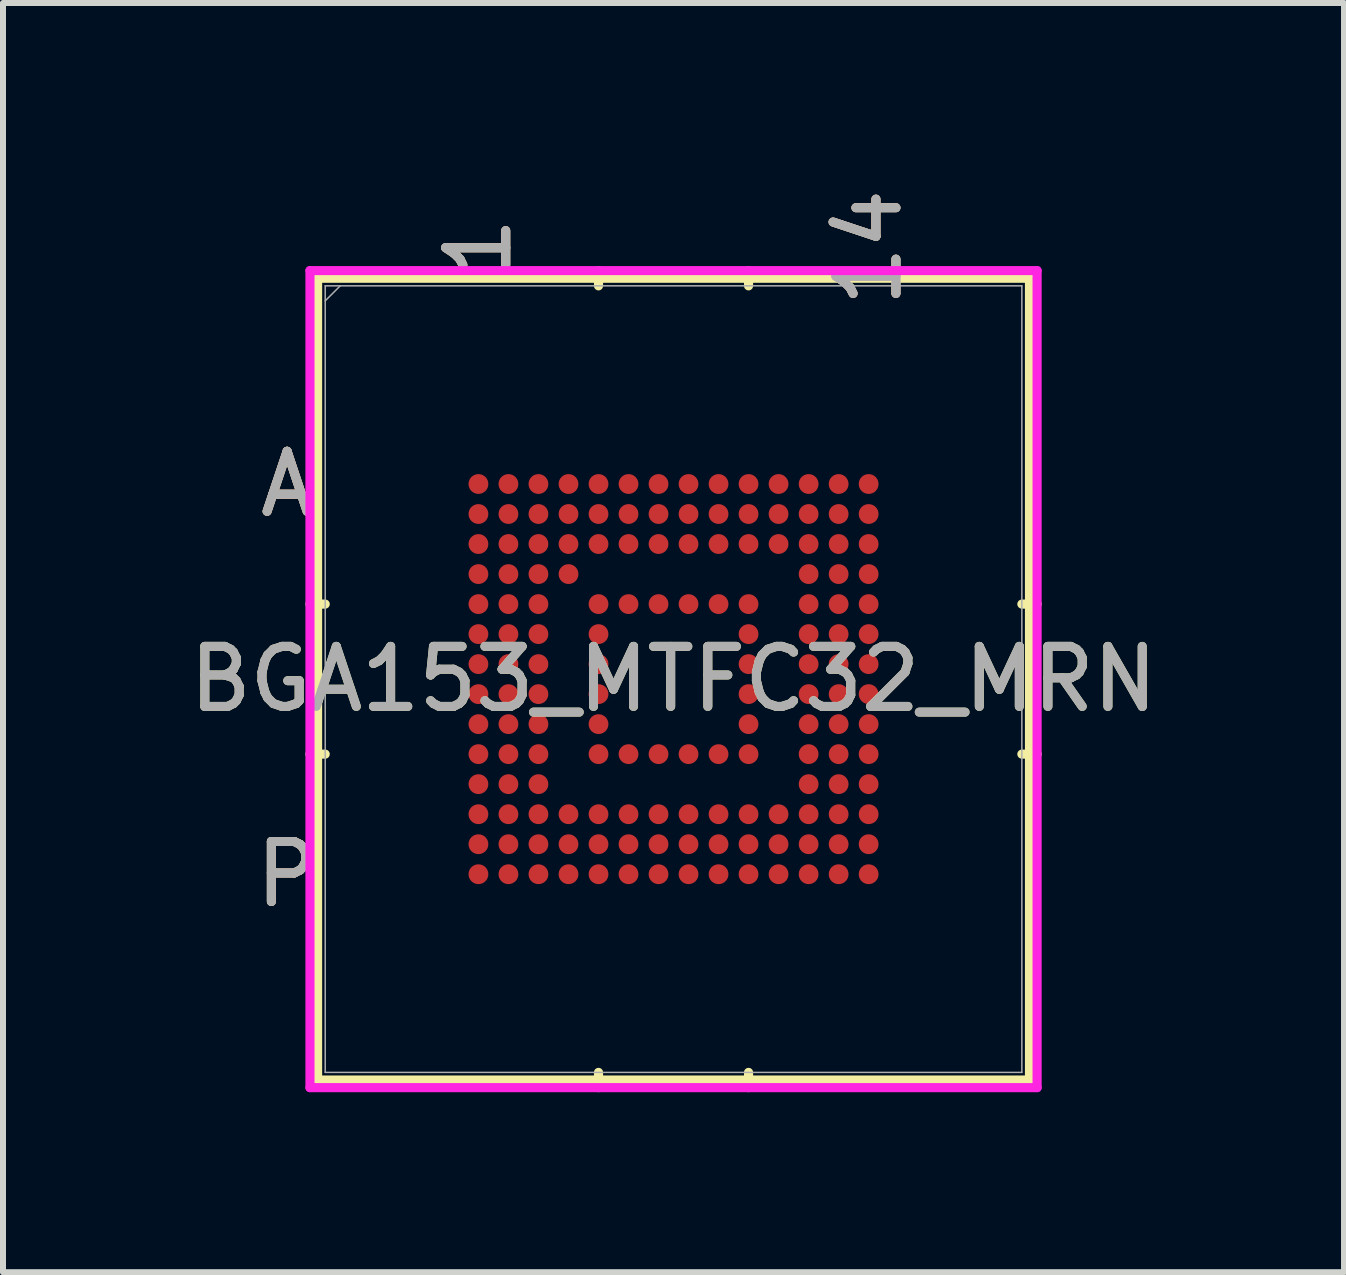
<source format=kicad_pcb>
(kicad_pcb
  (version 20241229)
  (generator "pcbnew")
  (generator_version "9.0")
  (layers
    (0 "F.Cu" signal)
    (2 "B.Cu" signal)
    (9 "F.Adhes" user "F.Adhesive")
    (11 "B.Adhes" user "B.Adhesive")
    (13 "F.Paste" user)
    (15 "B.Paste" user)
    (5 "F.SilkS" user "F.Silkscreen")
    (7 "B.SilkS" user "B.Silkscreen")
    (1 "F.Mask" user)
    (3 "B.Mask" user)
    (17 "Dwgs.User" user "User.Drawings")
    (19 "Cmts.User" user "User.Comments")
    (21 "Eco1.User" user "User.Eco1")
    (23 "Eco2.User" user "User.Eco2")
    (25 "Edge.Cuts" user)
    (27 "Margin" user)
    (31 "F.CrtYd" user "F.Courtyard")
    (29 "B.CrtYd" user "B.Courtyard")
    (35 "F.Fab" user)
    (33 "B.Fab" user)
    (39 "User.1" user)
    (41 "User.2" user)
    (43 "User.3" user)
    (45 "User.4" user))
  (footprint "BGA153_MTFC32_MRN"
    (layer "F.Cu")
    (at 8.173 8.266)
    (property "Reference" "BGA153_MTFC32_MRN" (at 0 0 0) (unlocked yes) (layer "F.SilkS") (effects (font (size 1 1) (thickness 0.15))))
    (attr smd)
    (fp_line (start -5.931 -6.68) (end -5.931 6.68) (stroke (width 0.152) (type solid)) (layer "F.SilkS"))
    (fp_line (start -5.931 6.68) (end 5.931 6.68) (stroke (width 0.152) (type solid)) (layer "F.SilkS"))
    (fp_line (start -5.804 -1.25) (end -6.058 -1.25) (stroke (width 0.152) (type solid)) (layer "F.SilkS"))
    (fp_line (start -5.804 1.25) (end -6.058 1.25) (stroke (width 0.152) (type solid)) (layer "F.SilkS"))
    (fp_line (start -1.25 -6.553) (end -1.25 -6.807) (stroke (width 0.152) (type solid)) (layer "F.SilkS"))
    (fp_line (start -1.25 6.553) (end -1.25 6.807) (stroke (width 0.152) (type solid)) (layer "F.SilkS"))
    (fp_line (start 1.25 -6.553) (end 1.25 -6.807) (stroke (width 0.152) (type solid)) (layer "F.SilkS"))
    (fp_line (start 1.25 6.553) (end 1.25 6.807) (stroke (width 0.152) (type solid)) (layer "F.SilkS"))
    (fp_line (start 5.804 -1.25) (end 6.058 -1.25) (stroke (width 0.152) (type solid)) (layer "F.SilkS"))
    (fp_line (start 5.804 1.25) (end 6.058 1.25) (stroke (width 0.152) (type solid)) (layer "F.SilkS"))
    (fp_line (start 5.931 -6.68) (end -5.931 -6.68) (stroke (width 0.152) (type solid)) (layer "F.SilkS"))
    (fp_line (start 5.931 6.68) (end 5.931 -6.68) (stroke (width 0.152) (type solid)) (layer "F.SilkS"))
    (fp_poly (pts (xy -3.945 -3.945) (xy 3.945 -3.945) (xy 3.945 3.945) (xy -3.945 3.945)) (stroke (width 0.1) (type solid)) (fill no) (layer "Eco2.User"))
    (fp_line (start -6.058 -6.807) (end 6.058 -6.807) (stroke (width 0.152) (type solid)) (layer "F.CrtYd"))
    (fp_line (start -6.058 6.807) (end -6.058 -6.807) (stroke (width 0.152) (type solid)) (layer "F.CrtYd"))
    (fp_line (start 6.058 -6.807) (end 6.058 6.807) (stroke (width 0.152) (type solid)) (layer "F.CrtYd"))
    (fp_line (start 6.058 6.807) (end -6.058 6.807) (stroke (width 0.152) (type solid)) (layer "F.CrtYd"))
    (fp_line (start -5.804 -6.553) (end -5.804 6.553) (stroke (width 0.025) (type solid)) (layer "F.Fab"))
    (fp_line (start -5.804 6.553) (end 5.804 6.553) (stroke (width 0.025) (type solid)) (layer "F.Fab"))
    (fp_line (start -5.554 -6.553) (end -5.804 -6.303) (stroke (width 0.025) (type solid)) (layer "F.Fab"))
    (fp_line (start 5.804 -6.553) (end -5.804 -6.553) (stroke (width 0.025) (type solid)) (layer "F.Fab"))
    (fp_line (start 5.804 6.553) (end 5.804 -6.553) (stroke (width 0.025) (type solid)) (layer "F.Fab"))
    (fp_text user "P" (at -6.439 3.251 0) (unlocked yes) (layer "F.SilkS") (effects (font (size 1 1) (thickness 0.15))))
    (fp_text user "14" (at 3.251 -7.188 90) (unlocked yes) (layer "F.SilkS") (effects (font (size 1 1) (thickness 0.15))))
    (fp_text user "1" (at -3.251 -7.188 90) (unlocked yes) (layer "F.SilkS") (effects (font (size 1 1) (thickness 0.15))))
    (fp_text user "A" (at -6.439 -3.251 0) (unlocked yes) (layer "F.SilkS") (effects (font (size 1 1) (thickness 0.15))))
    (fp_text user "14" (at 3.251 -7.188 90) (unlocked yes) (layer "B.SilkS") (effects (font (size 1 1) (thickness 0.15))))
    (fp_text user "P" (at -6.439 3.251 0) (unlocked yes) (layer "B.SilkS") (effects (font (size 1 1) (thickness 0.15))))
    (fp_text user "A" (at -6.439 -3.251 0) (unlocked yes) (layer "B.SilkS") (effects (font (size 1 1) (thickness 0.15))))
    (fp_text user "1" (at -3.251 -7.188 90) (unlocked yes) (layer "B.SilkS") (effects (font (size 1 1) (thickness 0.15))))
    (fp_text user "${REFERENCE}" (at 0 0 0) (unlocked yes) (layer "F.Fab") (effects (font (size 1 1) (thickness 0.15))))
    (fp_text user "1" (at -3.251 -7.188 90) (unlocked yes) (layer "F.Fab") (effects (font (size 1 1) (thickness 0.15))))
    (fp_text user "P" (at -6.439 3.251 0) (unlocked yes) (layer "F.Fab") (effects (font (size 1 1) (thickness 0.15))))
    (fp_text user "A" (at -6.439 -3.251 0) (unlocked yes) (layer "F.Fab") (effects (font (size 1 1) (thickness 0.15))))
    (fp_text user "14" (at 3.251 -7.188 90) (unlocked yes) (layer "F.Fab") (effects (font (size 1 1) (thickness 0.15))))
    (pad "A1" smd circle (at -3.251 -3.251) (size 0.33 0.33) (layers "F.Cu" "F.Mask" "F.Paste"))
    (pad "A2" smd circle (at -2.751 -3.251) (size 0.33 0.33) (layers "F.Cu" "F.Mask" "F.Paste"))
    (pad "A3" smd circle (at -2.251 -3.251) (size 0.33 0.33) (layers "F.Cu" "F.Mask" "F.Paste"))
    (pad "A4" smd circle (at -1.75 -3.251) (size 0.33 0.33) (layers "F.Cu" "F.Mask" "F.Paste"))
    (pad "A5" smd circle (at -1.25 -3.251) (size 0.33 0.33) (layers "F.Cu" "F.Mask" "F.Paste"))
    (pad "A6" smd circle (at -0.75 -3.251) (size 0.33 0.33) (layers "F.Cu" "F.Mask" "F.Paste"))
    (pad "A7" smd circle (at -0.25 -3.251) (size 0.33 0.33) (layers "F.Cu" "F.Mask" "F.Paste"))
    (pad "A8" smd circle (at 0.25 -3.251) (size 0.33 0.33) (layers "F.Cu" "F.Mask" "F.Paste"))
    (pad "A9" smd circle (at 0.75 -3.251) (size 0.33 0.33) (layers "F.Cu" "F.Mask" "F.Paste"))
    (pad "A10" smd circle (at 1.25 -3.251) (size 0.33 0.33) (layers "F.Cu" "F.Mask" "F.Paste"))
    (pad "A11" smd circle (at 1.75 -3.251) (size 0.33 0.33) (layers "F.Cu" "F.Mask" "F.Paste"))
    (pad "A12" smd circle (at 2.251 -3.251) (size 0.33 0.33) (layers "F.Cu" "F.Mask" "F.Paste"))
    (pad "A13" smd circle (at 2.751 -3.251) (size 0.33 0.33) (layers "F.Cu" "F.Mask" "F.Paste"))
    (pad "A14" smd circle (at 3.251 -3.251) (size 0.33 0.33) (layers "F.Cu" "F.Mask" "F.Paste"))
    (pad "B1" smd circle (at -3.251 -2.751) (size 0.33 0.33) (layers "F.Cu" "F.Mask" "F.Paste"))
    (pad "B2" smd circle (at -2.751 -2.751) (size 0.33 0.33) (layers "F.Cu" "F.Mask" "F.Paste"))
    (pad "B3" smd circle (at -2.251 -2.751) (size 0.33 0.33) (layers "F.Cu" "F.Mask" "F.Paste"))
    (pad "B4" smd circle (at -1.75 -2.751) (size 0.33 0.33) (layers "F.Cu" "F.Mask" "F.Paste"))
    (pad "B5" smd circle (at -1.25 -2.751) (size 0.33 0.33) (layers "F.Cu" "F.Mask" "F.Paste"))
    (pad "B6" smd circle (at -0.75 -2.751) (size 0.33 0.33) (layers "F.Cu" "F.Mask" "F.Paste"))
    (pad "B7" smd circle (at -0.25 -2.751) (size 0.33 0.33) (layers "F.Cu" "F.Mask" "F.Paste"))
    (pad "B8" smd circle (at 0.25 -2.751) (size 0.33 0.33) (layers "F.Cu" "F.Mask" "F.Paste"))
    (pad "B9" smd circle (at 0.75 -2.751) (size 0.33 0.33) (layers "F.Cu" "F.Mask" "F.Paste"))
    (pad "B10" smd circle (at 1.25 -2.751) (size 0.33 0.33) (layers "F.Cu" "F.Mask" "F.Paste"))
    (pad "B11" smd circle (at 1.75 -2.751) (size 0.33 0.33) (layers "F.Cu" "F.Mask" "F.Paste"))
    (pad "B12" smd circle (at 2.251 -2.751) (size 0.33 0.33) (layers "F.Cu" "F.Mask" "F.Paste"))
    (pad "B13" smd circle (at 2.751 -2.751) (size 0.33 0.33) (layers "F.Cu" "F.Mask" "F.Paste"))
    (pad "B14" smd circle (at 3.251 -2.751) (size 0.33 0.33) (layers "F.Cu" "F.Mask" "F.Paste"))
    (pad "C1" smd circle (at -3.251 -2.251) (size 0.33 0.33) (layers "F.Cu" "F.Mask" "F.Paste"))
    (pad "C2" smd circle (at -2.751 -2.251) (size 0.33 0.33) (layers "F.Cu" "F.Mask" "F.Paste"))
    (pad "C3" smd circle (at -2.251 -2.251) (size 0.33 0.33) (layers "F.Cu" "F.Mask" "F.Paste"))
    (pad "C4" smd circle (at -1.75 -2.251) (size 0.33 0.33) (layers "F.Cu" "F.Mask" "F.Paste"))
    (pad "C5" smd circle (at -1.25 -2.251) (size 0.33 0.33) (layers "F.Cu" "F.Mask" "F.Paste"))
    (pad "C6" smd circle (at -0.75 -2.251) (size 0.33 0.33) (layers "F.Cu" "F.Mask" "F.Paste"))
    (pad "C7" smd circle (at -0.25 -2.251) (size 0.33 0.33) (layers "F.Cu" "F.Mask" "F.Paste"))
    (pad "C8" smd circle (at 0.25 -2.251) (size 0.33 0.33) (layers "F.Cu" "F.Mask" "F.Paste"))
    (pad "C9" smd circle (at 0.75 -2.251) (size 0.33 0.33) (layers "F.Cu" "F.Mask" "F.Paste"))
    (pad "C10" smd circle (at 1.25 -2.251) (size 0.33 0.33) (layers "F.Cu" "F.Mask" "F.Paste"))
    (pad "C11" smd circle (at 1.75 -2.251) (size 0.33 0.33) (layers "F.Cu" "F.Mask" "F.Paste"))
    (pad "C12" smd circle (at 2.251 -2.251) (size 0.33 0.33) (layers "F.Cu" "F.Mask" "F.Paste"))
    (pad "C13" smd circle (at 2.751 -2.251) (size 0.33 0.33) (layers "F.Cu" "F.Mask" "F.Paste"))
    (pad "C14" smd circle (at 3.251 -2.251) (size 0.33 0.33) (layers "F.Cu" "F.Mask" "F.Paste"))
    (pad "D1" smd circle (at -3.251 -1.75) (size 0.33 0.33) (layers "F.Cu" "F.Mask" "F.Paste"))
    (pad "D2" smd circle (at -2.751 -1.75) (size 0.33 0.33) (layers "F.Cu" "F.Mask" "F.Paste"))
    (pad "D3" smd circle (at -2.251 -1.75) (size 0.33 0.33) (layers "F.Cu" "F.Mask" "F.Paste"))
    (pad "D4" smd circle (at -1.75 -1.75) (size 0.33 0.33) (layers "F.Cu" "F.Mask" "F.Paste"))
    (pad "D12" smd circle (at 2.251 -1.75) (size 0.33 0.33) (layers "F.Cu" "F.Mask" "F.Paste"))
    (pad "D13" smd circle (at 2.751 -1.75) (size 0.33 0.33) (layers "F.Cu" "F.Mask" "F.Paste"))
    (pad "D14" smd circle (at 3.251 -1.75) (size 0.33 0.33) (layers "F.Cu" "F.Mask" "F.Paste"))
    (pad "E1" smd circle (at -3.251 -1.25) (size 0.33 0.33) (layers "F.Cu" "F.Mask" "F.Paste"))
    (pad "E2" smd circle (at -2.751 -1.25) (size 0.33 0.33) (layers "F.Cu" "F.Mask" "F.Paste"))
    (pad "E3" smd circle (at -2.251 -1.25) (size 0.33 0.33) (layers "F.Cu" "F.Mask" "F.Paste"))
    (pad "E5" smd circle (at -1.25 -1.25) (size 0.33 0.33) (layers "F.Cu" "F.Mask" "F.Paste"))
    (pad "E6" smd circle (at -0.75 -1.25) (size 0.33 0.33) (layers "F.Cu" "F.Mask" "F.Paste"))
    (pad "E7" smd circle (at -0.25 -1.25) (size 0.33 0.33) (layers "F.Cu" "F.Mask" "F.Paste"))
    (pad "E8" smd circle (at 0.25 -1.25) (size 0.33 0.33) (layers "F.Cu" "F.Mask" "F.Paste"))
    (pad "E9" smd circle (at 0.75 -1.25) (size 0.33 0.33) (layers "F.Cu" "F.Mask" "F.Paste"))
    (pad "E10" smd circle (at 1.25 -1.25) (size 0.33 0.33) (layers "F.Cu" "F.Mask" "F.Paste"))
    (pad "E12" smd circle (at 2.251 -1.25) (size 0.33 0.33) (layers "F.Cu" "F.Mask" "F.Paste"))
    (pad "E13" smd circle (at 2.751 -1.25) (size 0.33 0.33) (layers "F.Cu" "F.Mask" "F.Paste"))
    (pad "E14" smd circle (at 3.251 -1.25) (size 0.33 0.33) (layers "F.Cu" "F.Mask" "F.Paste"))
    (pad "F1" smd circle (at -3.251 -0.75) (size 0.33 0.33) (layers "F.Cu" "F.Mask" "F.Paste"))
    (pad "F2" smd circle (at -2.751 -0.75) (size 0.33 0.33) (layers "F.Cu" "F.Mask" "F.Paste"))
    (pad "F3" smd circle (at -2.251 -0.75) (size 0.33 0.33) (layers "F.Cu" "F.Mask" "F.Paste"))
    (pad "F5" smd circle (at -1.25 -0.75) (size 0.33 0.33) (layers "F.Cu" "F.Mask" "F.Paste"))
    (pad "F10" smd circle (at 1.25 -0.75) (size 0.33 0.33) (layers "F.Cu" "F.Mask" "F.Paste"))
    (pad "F12" smd circle (at 2.251 -0.75) (size 0.33 0.33) (layers "F.Cu" "F.Mask" "F.Paste"))
    (pad "F13" smd circle (at 2.751 -0.75) (size 0.33 0.33) (layers "F.Cu" "F.Mask" "F.Paste"))
    (pad "F14" smd circle (at 3.251 -0.75) (size 0.33 0.33) (layers "F.Cu" "F.Mask" "F.Paste"))
    (pad "G1" smd circle (at -3.251 -0.25) (size 0.33 0.33) (layers "F.Cu" "F.Mask" "F.Paste"))
    (pad "G2" smd circle (at -2.751 -0.25) (size 0.33 0.33) (layers "F.Cu" "F.Mask" "F.Paste"))
    (pad "G3" smd circle (at -2.251 -0.25) (size 0.33 0.33) (layers "F.Cu" "F.Mask" "F.Paste"))
    (pad "G5" smd circle (at -1.25 -0.25) (size 0.33 0.33) (layers "F.Cu" "F.Mask" "F.Paste"))
    (pad "G10" smd circle (at 1.25 -0.25) (size 0.33 0.33) (layers "F.Cu" "F.Mask" "F.Paste"))
    (pad "G12" smd circle (at 2.251 -0.25) (size 0.33 0.33) (layers "F.Cu" "F.Mask" "F.Paste"))
    (pad "G13" smd circle (at 2.751 -0.25) (size 0.33 0.33) (layers "F.Cu" "F.Mask" "F.Paste"))
    (pad "G14" smd circle (at 3.251 -0.25) (size 0.33 0.33) (layers "F.Cu" "F.Mask" "F.Paste"))
    (pad "H1" smd circle (at -3.251 0.25) (size 0.33 0.33) (layers "F.Cu" "F.Mask" "F.Paste"))
    (pad "H2" smd circle (at -2.751 0.25) (size 0.33 0.33) (layers "F.Cu" "F.Mask" "F.Paste"))
    (pad "H3" smd circle (at -2.251 0.25) (size 0.33 0.33) (layers "F.Cu" "F.Mask" "F.Paste"))
    (pad "H5" smd circle (at -1.25 0.25) (size 0.33 0.33) (layers "F.Cu" "F.Mask" "F.Paste"))
    (pad "H10" smd circle (at 1.25 0.25) (size 0.33 0.33) (layers "F.Cu" "F.Mask" "F.Paste"))
    (pad "H12" smd circle (at 2.251 0.25) (size 0.33 0.33) (layers "F.Cu" "F.Mask" "F.Paste"))
    (pad "H13" smd circle (at 2.751 0.25) (size 0.33 0.33) (layers "F.Cu" "F.Mask" "F.Paste"))
    (pad "H14" smd circle (at 3.251 0.25) (size 0.33 0.33) (layers "F.Cu" "F.Mask" "F.Paste"))
    (pad "J1" smd circle (at -3.251 0.75) (size 0.33 0.33) (layers "F.Cu" "F.Mask" "F.Paste"))
    (pad "J2" smd circle (at -2.751 0.75) (size 0.33 0.33) (layers "F.Cu" "F.Mask" "F.Paste"))
    (pad "J3" smd circle (at -2.251 0.75) (size 0.33 0.33) (layers "F.Cu" "F.Mask" "F.Paste"))
    (pad "J5" smd circle (at -1.25 0.75) (size 0.33 0.33) (layers "F.Cu" "F.Mask" "F.Paste"))
    (pad "J10" smd circle (at 1.25 0.75) (size 0.33 0.33) (layers "F.Cu" "F.Mask" "F.Paste"))
    (pad "J12" smd circle (at 2.251 0.75) (size 0.33 0.33) (layers "F.Cu" "F.Mask" "F.Paste"))
    (pad "J13" smd circle (at 2.751 0.75) (size 0.33 0.33) (layers "F.Cu" "F.Mask" "F.Paste"))
    (pad "J14" smd circle (at 3.251 0.75) (size 0.33 0.33) (layers "F.Cu" "F.Mask" "F.Paste"))
    (pad "K1" smd circle (at -3.251 1.25) (size 0.33 0.33) (layers "F.Cu" "F.Mask" "F.Paste"))
    (pad "K2" smd circle (at -2.751 1.25) (size 0.33 0.33) (layers "F.Cu" "F.Mask" "F.Paste"))
    (pad "K3" smd circle (at -2.251 1.25) (size 0.33 0.33) (layers "F.Cu" "F.Mask" "F.Paste"))
    (pad "K5" smd circle (at -1.25 1.25) (size 0.33 0.33) (layers "F.Cu" "F.Mask" "F.Paste"))
    (pad "K6" smd circle (at -0.75 1.25) (size 0.33 0.33) (layers "F.Cu" "F.Mask" "F.Paste"))
    (pad "K7" smd circle (at -0.25 1.25) (size 0.33 0.33) (layers "F.Cu" "F.Mask" "F.Paste"))
    (pad "K8" smd circle (at 0.25 1.25) (size 0.33 0.33) (layers "F.Cu" "F.Mask" "F.Paste"))
    (pad "K9" smd circle (at 0.75 1.25) (size 0.33 0.33) (layers "F.Cu" "F.Mask" "F.Paste"))
    (pad "K10" smd circle (at 1.25 1.25) (size 0.33 0.33) (layers "F.Cu" "F.Mask" "F.Paste"))
    (pad "K12" smd circle (at 2.251 1.25) (size 0.33 0.33) (layers "F.Cu" "F.Mask" "F.Paste"))
    (pad "K13" smd circle (at 2.751 1.25) (size 0.33 0.33) (layers "F.Cu" "F.Mask" "F.Paste"))
    (pad "K14" smd circle (at 3.251 1.25) (size 0.33 0.33) (layers "F.Cu" "F.Mask" "F.Paste"))
    (pad "L1" smd circle (at -3.251 1.75) (size 0.33 0.33) (layers "F.Cu" "F.Mask" "F.Paste"))
    (pad "L2" smd circle (at -2.751 1.75) (size 0.33 0.33) (layers "F.Cu" "F.Mask" "F.Paste"))
    (pad "L3" smd circle (at -2.251 1.75) (size 0.33 0.33) (layers "F.Cu" "F.Mask" "F.Paste"))
    (pad "L12" smd circle (at 2.251 1.75) (size 0.33 0.33) (layers "F.Cu" "F.Mask" "F.Paste"))
    (pad "L13" smd circle (at 2.751 1.75) (size 0.33 0.33) (layers "F.Cu" "F.Mask" "F.Paste"))
    (pad "L14" smd circle (at 3.251 1.75) (size 0.33 0.33) (layers "F.Cu" "F.Mask" "F.Paste"))
    (pad "M1" smd circle (at -3.251 2.251) (size 0.33 0.33) (layers "F.Cu" "F.Mask" "F.Paste"))
    (pad "M2" smd circle (at -2.751 2.251) (size 0.33 0.33) (layers "F.Cu" "F.Mask" "F.Paste"))
    (pad "M3" smd circle (at -2.251 2.251) (size 0.33 0.33) (layers "F.Cu" "F.Mask" "F.Paste"))
    (pad "M4" smd circle (at -1.75 2.251) (size 0.33 0.33) (layers "F.Cu" "F.Mask" "F.Paste"))
    (pad "M5" smd circle (at -1.25 2.251) (size 0.33 0.33) (layers "F.Cu" "F.Mask" "F.Paste"))
    (pad "M6" smd circle (at -0.75 2.251) (size 0.33 0.33) (layers "F.Cu" "F.Mask" "F.Paste"))
    (pad "M7" smd circle (at -0.25 2.251) (size 0.33 0.33) (layers "F.Cu" "F.Mask" "F.Paste"))
    (pad "M8" smd circle (at 0.25 2.251) (size 0.33 0.33) (layers "F.Cu" "F.Mask" "F.Paste"))
    (pad "M9" smd circle (at 0.75 2.251) (size 0.33 0.33) (layers "F.Cu" "F.Mask" "F.Paste"))
    (pad "M10" smd circle (at 1.25 2.251) (size 0.33 0.33) (layers "F.Cu" "F.Mask" "F.Paste"))
    (pad "M11" smd circle (at 1.75 2.251) (size 0.33 0.33) (layers "F.Cu" "F.Mask" "F.Paste"))
    (pad "M12" smd circle (at 2.251 2.251) (size 0.33 0.33) (layers "F.Cu" "F.Mask" "F.Paste"))
    (pad "M13" smd circle (at 2.751 2.251) (size 0.33 0.33) (layers "F.Cu" "F.Mask" "F.Paste"))
    (pad "M14" smd circle (at 3.251 2.251) (size 0.33 0.33) (layers "F.Cu" "F.Mask" "F.Paste"))
    (pad "N1" smd circle (at -3.251 2.751) (size 0.33 0.33) (layers "F.Cu" "F.Mask" "F.Paste"))
    (pad "N2" smd circle (at -2.751 2.751) (size 0.33 0.33) (layers "F.Cu" "F.Mask" "F.Paste"))
    (pad "N3" smd circle (at -2.251 2.751) (size 0.33 0.33) (layers "F.Cu" "F.Mask" "F.Paste"))
    (pad "N4" smd circle (at -1.75 2.751) (size 0.33 0.33) (layers "F.Cu" "F.Mask" "F.Paste"))
    (pad "N5" smd circle (at -1.25 2.751) (size 0.33 0.33) (layers "F.Cu" "F.Mask" "F.Paste"))
    (pad "N6" smd circle (at -0.75 2.751) (size 0.33 0.33) (layers "F.Cu" "F.Mask" "F.Paste"))
    (pad "N7" smd circle (at -0.25 2.751) (size 0.33 0.33) (layers "F.Cu" "F.Mask" "F.Paste"))
    (pad "N8" smd circle (at 0.25 2.751) (size 0.33 0.33) (layers "F.Cu" "F.Mask" "F.Paste"))
    (pad "N9" smd circle (at 0.75 2.751) (size 0.33 0.33) (layers "F.Cu" "F.Mask" "F.Paste"))
    (pad "N10" smd circle (at 1.25 2.751) (size 0.33 0.33) (layers "F.Cu" "F.Mask" "F.Paste"))
    (pad "N11" smd circle (at 1.75 2.751) (size 0.33 0.33) (layers "F.Cu" "F.Mask" "F.Paste"))
    (pad "N12" smd circle (at 2.251 2.751) (size 0.33 0.33) (layers "F.Cu" "F.Mask" "F.Paste"))
    (pad "N13" smd circle (at 2.751 2.751) (size 0.33 0.33) (layers "F.Cu" "F.Mask" "F.Paste"))
    (pad "N14" smd circle (at 3.251 2.751) (size 0.33 0.33) (layers "F.Cu" "F.Mask" "F.Paste"))
    (pad "P1" smd circle (at -3.251 3.251) (size 0.33 0.33) (layers "F.Cu" "F.Mask" "F.Paste"))
    (pad "P2" smd circle (at -2.751 3.251) (size 0.33 0.33) (layers "F.Cu" "F.Mask" "F.Paste"))
    (pad "P3" smd circle (at -2.251 3.251) (size 0.33 0.33) (layers "F.Cu" "F.Mask" "F.Paste"))
    (pad "P4" smd circle (at -1.75 3.251) (size 0.33 0.33) (layers "F.Cu" "F.Mask" "F.Paste"))
    (pad "P5" smd circle (at -1.25 3.251) (size 0.33 0.33) (layers "F.Cu" "F.Mask" "F.Paste"))
    (pad "P6" smd circle (at -0.75 3.251) (size 0.33 0.33) (layers "F.Cu" "F.Mask" "F.Paste"))
    (pad "P7" smd circle (at -0.25 3.251) (size 0.33 0.33) (layers "F.Cu" "F.Mask" "F.Paste"))
    (pad "P8" smd circle (at 0.25 3.251) (size 0.33 0.33) (layers "F.Cu" "F.Mask" "F.Paste"))
    (pad "P9" smd circle (at 0.75 3.251) (size 0.33 0.33) (layers "F.Cu" "F.Mask" "F.Paste"))
    (pad "P10" smd circle (at 1.25 3.251) (size 0.33 0.33) (layers "F.Cu" "F.Mask" "F.Paste"))
    (pad "P11" smd circle (at 1.75 3.251) (size 0.33 0.33) (layers "F.Cu" "F.Mask" "F.Paste"))
    (pad "P12" smd circle (at 2.251 3.251) (size 0.33 0.33) (layers "F.Cu" "F.Mask" "F.Paste"))
    (pad "P13" smd circle (at 2.751 3.251) (size 0.33 0.33) (layers "F.Cu" "F.Mask" "F.Paste"))
    (pad "P14" smd circle (at 3.251 3.251) (size 0.33 0.33) (layers "F.Cu" "F.Mask" "F.Paste")))
  (gr_rect
    (start -3 -3)
    (end 19.345 18.149)
    (stroke (width 0.1) (type default))
    (fill no)
    (layer "Edge.Cuts")))
</source>
